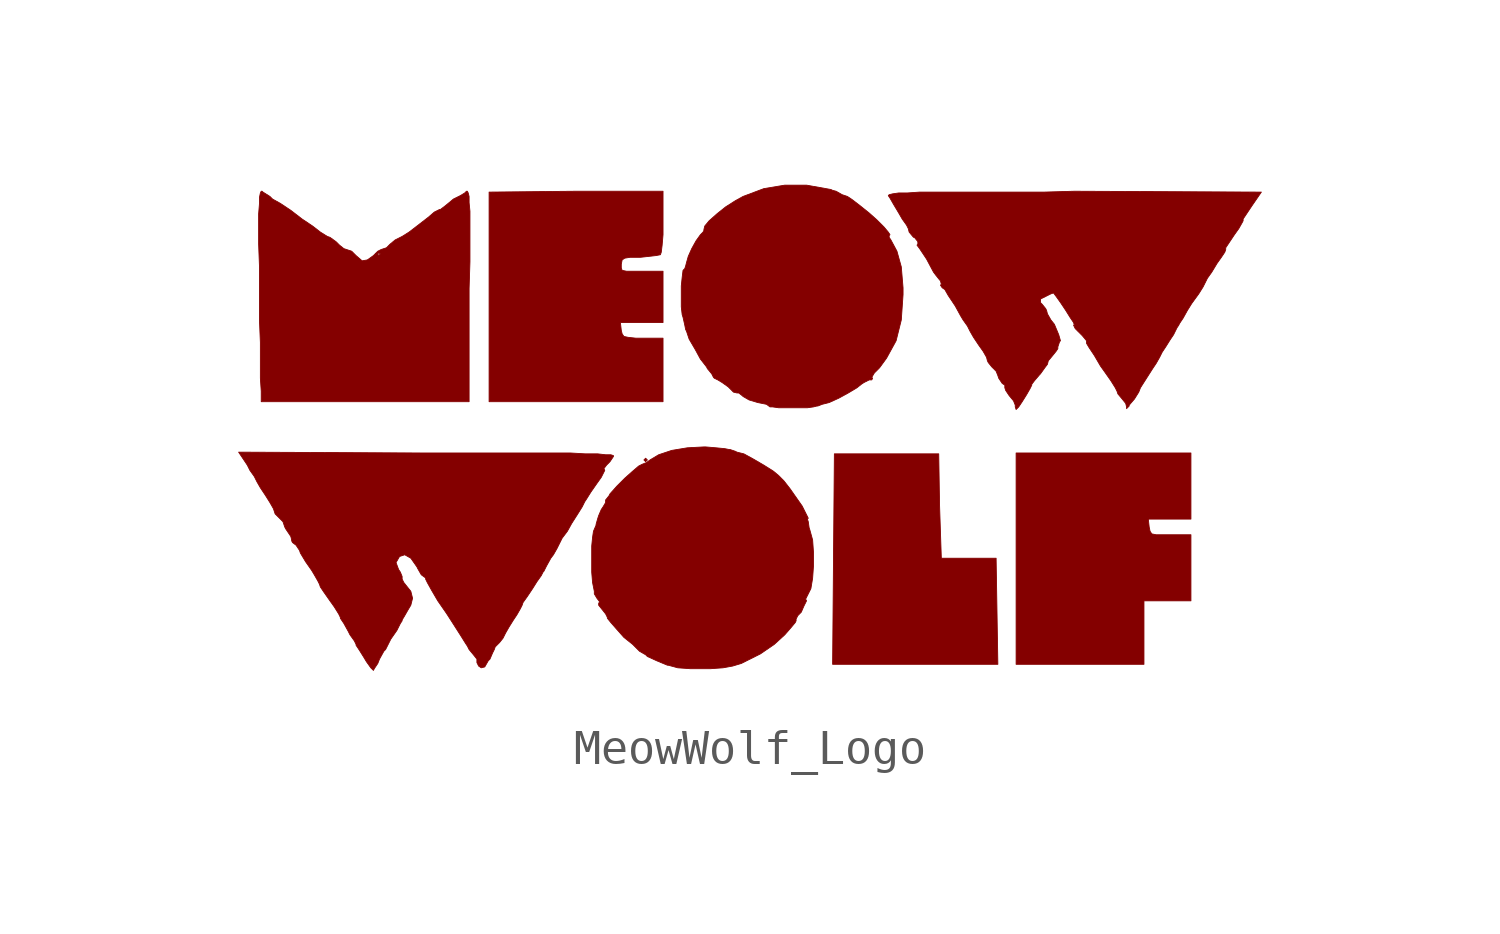
<source format=kicad_sym>
(kicad_symbol_lib
  (version 20220914)
  (generator kicad_symbol_editor)
  (symbol "MeowWolf_Logo"
    (pin_names
      (offset 1.016))
    (property "Reference" "LOGO"
      (at 0 -8.89 0)
      (effects (font (size 1.524 1.524)) hide))
    (symbol "MeowWolf_Logo_0_0"
      (polyline (pts (xy -2.946 -0.965) (xy -2.997 -0.914) (xy -3.048 -0.965) (xy -2.997 -1.016) (xy -2.946 -0.965)) (stroke (width 0.025) (type solid)) (fill (type outline)))
      (polyline (pts (xy 7.239 -3.835) (xy 5.639 -3.835) (xy 5.588 -2.311) (xy 5.563 -0.787) (xy 2.515 -0.787) (xy 2.464 -6.934) (xy 7.29 -6.934) (xy 7.239 -3.835)) (stroke (width 0.025) (type solid)) (fill (type outline)))
      (polyline (pts (xy 11.557 -5.08) (xy 12.929 -5.08) (xy 12.929 -3.15) (xy 11.913 -3.15) (xy 11.786 -3.124) (xy 11.735 -3.048) (xy 11.709 -2.921) (xy 11.684 -2.692) (xy 12.929 -2.692) (xy 12.929 -0.762) (xy 7.823 -0.762) (xy 7.823 -6.934) (xy 11.557 -6.934) (xy 11.557 -5.08)) (stroke (width 0.025) (type solid)) (fill (type outline)))
      (polyline (pts (xy -2.489 2.591) (xy -3.277 2.591) (xy -3.505 2.616) (xy -3.632 2.642) (xy -3.683 2.718) (xy -3.708 2.819) (xy -3.734 3.048) (xy -2.489 3.048) (xy -2.489 4.547) (xy -3.556 4.547) (xy -3.683 4.572) (xy -3.708 4.648) (xy -3.708 4.75) (xy -3.683 4.877) (xy -3.607 4.928) (xy -3.454 4.953) (xy -3.15 4.953) (xy -2.692 5.004) (xy -2.565 5.029) (xy -2.54 5.105) (xy -2.515 5.309) (xy -2.489 5.613) (xy -2.489 6.883) (xy -5.029 6.883) (xy -7.569 6.858) (xy -7.569 0.737) (xy -2.489 0.737) (xy -2.489 2.591)) (stroke (width 0.025) (type solid)) (fill (type outline)))
      (polyline (pts (xy -8.153 4.039) (xy -8.128 4.826) (xy -8.128 6.299) (xy -8.153 6.553) (xy -8.153 6.731) (xy -8.179 6.833) (xy -8.204 6.883) (xy -8.23 6.883) (xy -8.28 6.833) (xy -8.407 6.756) (xy -8.611 6.655) (xy -8.763 6.528) (xy -8.89 6.426) (xy -8.992 6.35) (xy -9.017 6.35) (xy -9.169 6.274) (xy -9.347 6.121) (xy -9.576 5.944) (xy -9.906 5.69) (xy -10.109 5.563) (xy -10.312 5.461) (xy -10.465 5.334) (xy -10.566 5.232) (xy -10.719 5.182) (xy -10.82 5.131) (xy -10.897 5.055) (xy -10.82 5.055) (xy -10.795 5.08) (xy -10.744 5.055) (xy -10.795 5.004) (xy -10.82 5.055) (xy -10.897 5.055) (xy -10.947 5.004) (xy -11.125 4.877) (xy -11.278 4.851) (xy -11.455 5.004) (xy -11.582 5.131) (xy -11.811 5.207) (xy -11.938 5.309) (xy -12.04 5.41) (xy -12.217 5.537) (xy -12.294 5.563) (xy -12.497 5.69) (xy -12.725 5.867) (xy -13.03 6.071) (xy -13.36 6.325) (xy -13.665 6.528) (xy -13.894 6.655) (xy -13.97 6.731) (xy -14.173 6.858) (xy -14.199 6.883) (xy -14.224 6.883) (xy -14.249 6.833) (xy -14.275 6.706) (xy -14.275 6.528) (xy -14.3 6.223) (xy -14.3 5.334) (xy -14.275 4.674) (xy -14.275 3.099) (xy -14.249 2.464) (xy -14.249 1.422) (xy -14.224 1.041) (xy -14.224 0.737) (xy -8.153 0.737) (xy -8.153 4.039)) (stroke (width 0.025) (type solid)) (fill (type outline)))
      (polyline (pts (xy -0.737 -7.036) (xy -0.457 -6.985) (xy -0.203 -6.909) (xy 0.356 -6.629) (xy 0.762 -6.35) (xy 1.067 -6.071) (xy 1.245 -5.867) (xy 1.372 -5.715) (xy 1.397 -5.664) (xy 1.397 -5.613) (xy 1.448 -5.512) (xy 1.549 -5.41) (xy 1.626 -5.232) (xy 1.702 -5.08) (xy 1.676 -5.029) (xy 1.829 -4.724) (xy 1.88 -4.42) (xy 1.905 -4.064) (xy 1.905 -3.658) (xy 1.88 -3.302) (xy 1.803 -3.023) (xy 1.778 -2.946) (xy 1.753 -2.769) (xy 1.727 -2.692) (xy 1.753 -2.667) (xy 1.575 -2.311) (xy 1.219 -1.803) (xy 1.041 -1.575) (xy 0.889 -1.422) (xy 0.737 -1.295) (xy 0.457 -1.118) (xy 0.152 -0.94) (xy -0.127 -0.787) (xy -0.33 -0.737) (xy -0.381 -0.711) (xy -0.533 -0.66) (xy -0.559 -0.66) (xy -0.686 -0.635) (xy -0.94 -0.61) (xy -1.245 -0.584) (xy -1.295 -0.584) (xy -1.778 -0.61) (xy -2.235 -0.686) (xy -2.616 -0.813) (xy -2.87 -0.965) (xy -2.972 -1.041) (xy -3.099 -1.092) (xy -3.2 -1.143) (xy -3.378 -1.295) (xy -3.607 -1.499) (xy -3.835 -1.727) (xy -4.039 -1.956) (xy -4.064 -2.007) (xy -4.166 -2.134) (xy -4.166 -2.21) (xy -4.242 -2.337) (xy -4.293 -2.413) (xy -4.369 -2.591) (xy -4.394 -2.667) (xy -4.445 -2.845) (xy -4.445 -2.87) (xy -4.521 -3.048) (xy -4.547 -3.226) (xy -4.572 -3.48) (xy -4.572 -4.242) (xy -4.547 -4.547) (xy -4.496 -4.801) (xy -4.496 -4.877) (xy -4.42 -5.004) (xy -4.343 -5.105) (xy -4.369 -5.156) (xy -4.369 -5.207) (xy -4.166 -5.461) (xy -4.115 -5.563) (xy -4.115 -5.588) (xy -4.013 -5.715) (xy -3.835 -5.918) (xy -3.632 -6.147) (xy -3.378 -6.35) (xy -3.175 -6.553) (xy -2.997 -6.655) (xy -2.946 -6.706) (xy -2.667 -6.833) (xy -2.362 -6.96) (xy -2.337 -6.96) (xy -2.057 -7.036) (xy -1.702 -7.061) (xy -1.092 -7.061) (xy -0.737 -7.036)) (stroke (width 0.025) (type solid)) (fill (type outline)))
      (polyline (pts (xy 1.905 0.584) (xy 2.007 0.61) (xy 2.032 0.61) (xy 2.159 0.66) (xy 2.362 0.711) (xy 2.642 0.838) (xy 2.921 0.991) (xy 3.175 1.143) (xy 3.302 1.245) (xy 3.378 1.295) (xy 3.531 1.372) (xy 3.607 1.372) (xy 3.632 1.422) (xy 3.607 1.448) (xy 3.683 1.575) (xy 3.835 1.727) (xy 4.039 2.007) (xy 4.318 2.515) (xy 4.47 3.124) (xy 4.521 3.861) (xy 4.521 4.064) (xy 4.47 4.674) (xy 4.343 5.131) (xy 4.166 5.461) (xy 4.115 5.537) (xy 4.115 5.588) (xy 4.14 5.613) (xy 4.089 5.69) (xy 3.962 5.842) (xy 3.759 6.045) (xy 3.531 6.248) (xy 3.277 6.452) (xy 3.048 6.629) (xy 2.896 6.731) (xy 2.743 6.782) (xy 2.565 6.883) (xy 2.464 6.909) (xy 2.413 6.934) (xy 1.702 7.061) (xy 1.067 7.061) (xy 0.457 6.96) (xy -0.152 6.731) (xy -0.381 6.604) (xy -0.66 6.426) (xy -0.914 6.223) (xy -1.143 6.02) (xy -1.27 5.867) (xy -1.295 5.766) (xy -1.295 5.74) (xy -1.321 5.69) (xy -1.397 5.613) (xy -1.524 5.436) (xy -1.651 5.207) (xy -1.753 4.978) (xy -1.803 4.801) (xy -1.829 4.699) (xy -1.854 4.623) (xy -1.905 4.572) (xy -1.93 4.369) (xy -1.956 4.115) (xy -1.956 3.505) (xy -1.93 3.277) (xy -1.905 3.2) (xy -1.854 2.972) (xy -1.829 2.845) (xy -1.803 2.794) (xy -1.727 2.565) (xy -1.549 2.261) (xy -1.397 1.981) (xy -1.219 1.753) (xy -1.194 1.702) (xy -1.067 1.549) (xy -1.016 1.448) (xy -0.991 1.422) (xy -0.889 1.372) (xy -0.762 1.295) (xy -0.584 1.168) (xy -0.432 1.016) (xy -0.33 0.991) (xy -0.279 0.991) (xy -0.178 0.914) (xy -0.152 0.889) (xy 0.025 0.787) (xy 0.279 0.711) (xy 0.533 0.66) (xy 0.635 0.584) (xy 0.711 0.584) (xy 0.889 0.559) (xy 1.727 0.559) (xy 1.905 0.584)) (stroke (width 0.025) (type solid)) (fill (type outline)))
      (polyline (pts (xy -10.922 -7.061) (xy -10.82 -6.909) (xy -10.77 -6.782) (xy -10.643 -6.553) (xy -10.592 -6.502) (xy -10.439 -6.198) (xy -10.262 -5.944) (xy -10.16 -5.74) (xy -10.109 -5.664) (xy -10.109 -5.639) (xy -10.033 -5.512) (xy -9.931 -5.334) (xy -9.855 -5.207) (xy -9.804 -5.004) (xy -9.855 -4.801) (xy -10.058 -4.547) (xy -10.109 -4.445) (xy -10.109 -4.369) (xy -10.16 -4.242) (xy -10.211 -4.166) (xy -10.287 -3.962) (xy -10.185 -3.785) (xy -10.033 -3.734) (xy -9.855 -3.835) (xy -9.677 -4.089) (xy -9.652 -4.14) (xy -9.55 -4.318) (xy -9.449 -4.394) (xy -9.423 -4.394) (xy -9.423 -4.445) (xy -9.373 -4.547) (xy -9.246 -4.775) (xy -9.068 -5.08) (xy -8.839 -5.41) (xy -8.788 -5.486) (xy -8.56 -5.842) (xy -8.382 -6.121) (xy -8.255 -6.325) (xy -8.204 -6.401) (xy -8.153 -6.502) (xy -8.026 -6.655) (xy -7.925 -6.782) (xy -7.925 -6.883) (xy -7.874 -6.985) (xy -7.798 -7.036) (xy -7.696 -7.01) (xy -7.595 -6.833) (xy -7.544 -6.782) (xy -7.468 -6.604) (xy -7.417 -6.502) (xy -7.391 -6.426) (xy -7.264 -6.299) (xy -7.163 -6.172) (xy -7.087 -6.02) (xy -6.985 -5.842) (xy -6.858 -5.639) (xy -6.756 -5.486) (xy -6.655 -5.309) (xy -6.604 -5.207) (xy -6.579 -5.131) (xy -6.452 -4.953) (xy -6.299 -4.724) (xy -6.172 -4.521) (xy -6.045 -4.343) (xy -5.994 -4.242) (xy -5.969 -4.216) (xy -5.893 -4.064) (xy -5.766 -3.835) (xy -5.69 -3.734) (xy -5.588 -3.556) (xy -5.436 -3.251) (xy -5.283 -3.048) (xy -5.156 -2.819) (xy -4.978 -2.54) (xy -4.851 -2.337) (xy -4.775 -2.184) (xy -4.724 -2.108) (xy -4.597 -1.905) (xy -4.42 -1.651) (xy -4.293 -1.473) (xy -4.191 -1.27) (xy -4.216 -1.219) (xy -4.14 -1.118) (xy -4.039 -1.016) (xy -3.937 -0.864) (xy -3.937 -0.838) (xy -4.013 -0.813) (xy -4.166 -0.813) (xy -4.394 -0.787) (xy -4.75 -0.787) (xy -5.182 -0.762) (xy -9.398 -0.762) (xy -14.884 -0.737) (xy -14.63 -1.118) (xy -14.554 -1.27) (xy -14.427 -1.448) (xy -14.351 -1.6) (xy -14.249 -1.778) (xy -14.097 -2.007) (xy -13.97 -2.21) (xy -13.868 -2.388) (xy -13.818 -2.54) (xy -13.589 -2.769) (xy -13.538 -2.921) (xy -13.513 -2.972) (xy -13.36 -3.2) (xy -13.335 -3.302) (xy -13.335 -3.327) (xy -13.31 -3.378) (xy -13.208 -3.454) (xy -13.106 -3.607) (xy -13.081 -3.683) (xy -12.929 -3.937) (xy -12.751 -4.191) (xy -12.675 -4.318) (xy -12.573 -4.496) (xy -12.522 -4.597) (xy -12.497 -4.674) (xy -12.395 -4.826) (xy -12.217 -5.08) (xy -12.09 -5.258) (xy -11.963 -5.461) (xy -11.913 -5.563) (xy -11.913 -5.588) (xy -11.811 -5.74) (xy -11.684 -5.969) (xy -11.633 -6.071) (xy -11.506 -6.248) (xy -11.455 -6.35) (xy -11.455 -6.375) (xy -11.354 -6.528) (xy -11.227 -6.731) (xy -11.151 -6.858) (xy -11.024 -7.036) (xy -10.947 -7.112) (xy -10.922 -7.061)) (stroke (width 0.025) (type solid)) (fill (type outline)))
      (polyline (pts (xy 7.899 0.584) (xy 8.001 0.737) (xy 8.128 0.94) (xy 8.23 1.118) (xy 8.28 1.219) (xy 8.28 1.245) (xy 8.357 1.346) (xy 8.509 1.524) (xy 8.534 1.549) (xy 8.661 1.727) (xy 8.738 1.829) (xy 8.763 1.93) (xy 8.89 2.083) (xy 8.992 2.21) (xy 9.042 2.286) (xy 9.042 2.337) (xy 9.093 2.489) (xy 9.119 2.515) (xy 9.068 2.692) (xy 8.941 2.997) (xy 8.839 3.124) (xy 8.738 3.302) (xy 8.712 3.404) (xy 8.687 3.454) (xy 8.585 3.581) (xy 8.534 3.632) (xy 8.534 3.734) (xy 8.839 3.886) (xy 8.915 3.912) (xy 8.992 3.81) (xy 9.119 3.632) (xy 9.271 3.404) (xy 9.398 3.2) (xy 9.5 3.048) (xy 9.525 2.972) (xy 9.5 2.972) (xy 9.55 2.87) (xy 9.754 2.667) (xy 9.881 2.515) (xy 9.881 2.438) (xy 9.957 2.311) (xy 10.109 2.083) (xy 10.287 1.778) (xy 10.414 1.6) (xy 10.592 1.346) (xy 10.719 1.143) (xy 10.77 1.041) (xy 10.795 0.965) (xy 10.922 0.813) (xy 11.024 0.686) (xy 11.049 0.584) (xy 11.049 0.533) (xy 11.125 0.61) (xy 11.125 0.635) (xy 11.278 0.813) (xy 11.405 1.016) (xy 11.455 1.143) (xy 11.811 1.702) (xy 11.913 1.854) (xy 12.014 2.032) (xy 12.09 2.184) (xy 12.192 2.337) (xy 12.319 2.54) (xy 12.421 2.692) (xy 12.522 2.896) (xy 12.573 2.972) (xy 12.598 3.023) (xy 12.7 3.175) (xy 12.827 3.404) (xy 12.954 3.607) (xy 13.157 3.886) (xy 13.284 4.089) (xy 13.411 4.343) (xy 13.538 4.521) (xy 13.691 4.775) (xy 13.818 4.953) (xy 13.919 5.105) (xy 13.945 5.182) (xy 13.945 5.232) (xy 14.199 5.613) (xy 14.326 5.791) (xy 14.427 5.969) (xy 14.453 6.02) (xy 14.453 6.071) (xy 14.707 6.452) (xy 14.986 6.858) (xy 9.525 6.883) (xy 8.636 6.858) (xy 5.004 6.858) (xy 4.648 6.833) (xy 4.394 6.833) (xy 4.216 6.807) (xy 4.115 6.782) (xy 4.089 6.756) (xy 4.14 6.68) (xy 4.242 6.502) (xy 4.394 6.248) (xy 4.496 6.071) (xy 4.623 5.893) (xy 4.674 5.791) (xy 4.699 5.69) (xy 4.826 5.537) (xy 4.851 5.537) (xy 4.953 5.41) (xy 4.953 5.334) (xy 4.928 5.309) (xy 5.004 5.207) (xy 5.207 4.902) (xy 5.41 4.521) (xy 5.486 4.42) (xy 5.588 4.293) (xy 5.613 4.267) (xy 5.639 4.166) (xy 5.613 4.14) (xy 5.664 4.064) (xy 5.74 4.013) (xy 5.842 3.835) (xy 6.045 3.531) (xy 6.198 3.251) (xy 6.274 3.124) (xy 6.401 2.946) (xy 6.477 2.794) (xy 6.579 2.616) (xy 6.731 2.388) (xy 6.858 2.21) (xy 6.96 2.032) (xy 6.985 1.93) (xy 7.01 1.88) (xy 7.112 1.753) (xy 7.239 1.626) (xy 7.29 1.499) (xy 7.315 1.422) (xy 7.417 1.27) (xy 7.493 1.219) (xy 7.493 1.143) (xy 7.518 1.067) (xy 7.62 0.914) (xy 7.747 0.762) (xy 7.798 0.635) (xy 7.798 0.584) (xy 7.823 0.508) (xy 7.899 0.584)) (stroke (width 0.025) (type solid)) (fill (type outline))))))
</source>
